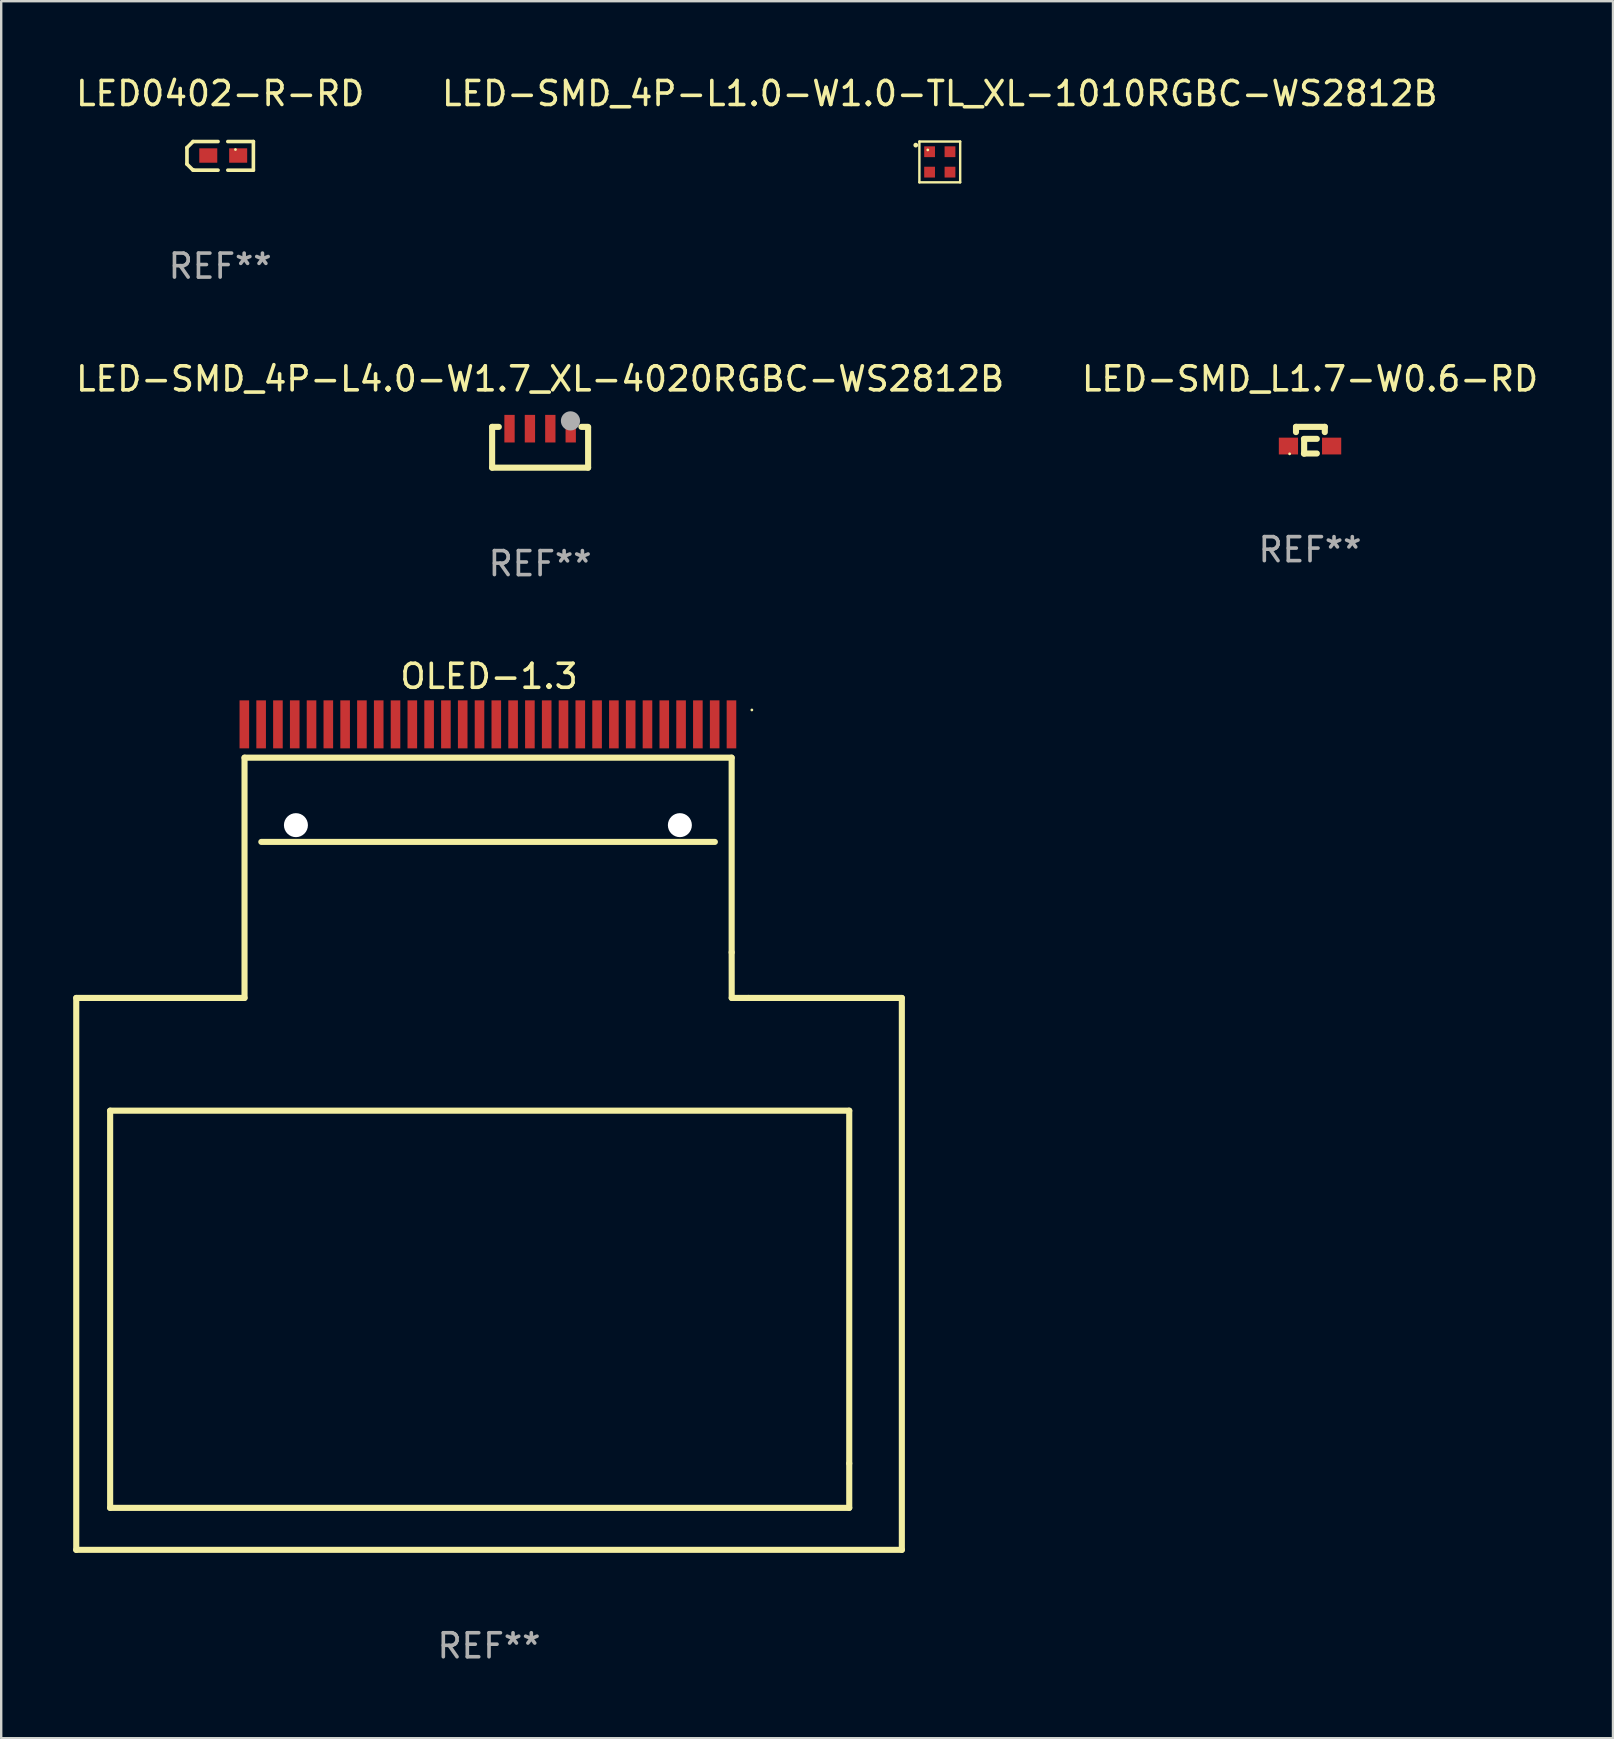
<source format=kicad_pcb>
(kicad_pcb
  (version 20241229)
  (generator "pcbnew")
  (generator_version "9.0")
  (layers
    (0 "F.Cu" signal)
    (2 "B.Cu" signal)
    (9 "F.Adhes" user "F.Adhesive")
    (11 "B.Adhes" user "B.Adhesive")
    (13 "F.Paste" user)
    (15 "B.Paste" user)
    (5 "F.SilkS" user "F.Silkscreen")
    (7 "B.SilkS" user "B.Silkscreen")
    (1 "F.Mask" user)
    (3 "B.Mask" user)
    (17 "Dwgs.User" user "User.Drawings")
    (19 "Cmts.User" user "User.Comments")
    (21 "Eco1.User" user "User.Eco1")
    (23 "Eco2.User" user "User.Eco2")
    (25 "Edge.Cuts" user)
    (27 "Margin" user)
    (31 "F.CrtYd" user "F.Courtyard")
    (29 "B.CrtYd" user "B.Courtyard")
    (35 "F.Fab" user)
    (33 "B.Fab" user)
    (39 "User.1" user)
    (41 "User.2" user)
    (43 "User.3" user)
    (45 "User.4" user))
  (footprint "LED-SMD_L1.7-W0.6-RD"
    (layer "F.Cu")
    (at 51.542 15.538)
    (property "Reference" "LED-SMD_L1.7-W0.6-RD" (at 0 -2.8 0) (layer "F.SilkS") (effects (font (size 1 1) (thickness 0.15))))
    (attr smd)
    (fp_line (start -0.585 -0.8) (end -0.585 -0.581) (stroke (width 0.254) (type solid)) (layer "F.SilkS"))
    (fp_line (start -0.585 -0.8) (end 0.615 -0.8) (stroke (width 0.254) (type solid)) (layer "F.SilkS"))
    (fp_line (start -0.254 0.31) (end 0.284 0.31) (stroke (width 0.254) (type solid)) (layer "F.SilkS"))
    (fp_line (start -0.245 0.32) (end -0.245 -0.279) (stroke (width 0.254) (type solid)) (layer "F.SilkS"))
    (fp_line (start 0.284 -0.3) (end -0.254 -0.3) (stroke (width 0.254) (type solid)) (layer "F.SilkS"))
    (fp_line (start 0.615 -0.8) (end 0.615 -0.581) (stroke (width 0.254) (type solid)) (layer "F.SilkS"))
    (fp_circle (center -0.85 0.325) (end -0.82 0.325) (stroke (width 0.06) (type solid)) (fill no) (layer "F.SilkS"))
    (fp_text user "REF**" (at 0 4.32 0) (layer "F.Fab") (effects (font (size 1 1) (thickness 0.15))))
    (pad "1" smd rect (at -0.9 0) (size 0.8 0.7) (layers "F.Cu" "F.Mask" "F.Paste"))
    (pad "2" smd rect (at 0.9 0) (size 0.8 0.7) (layers "F.Cu" "F.Mask" "F.Paste")))
  (footprint "OLED-1.3"
    (layer "F.Cu")
    (at 17.282 27.136)
    (property "Reference" "OLED-1.3" (at 0.047 -2.001 0) (layer "F.SilkS") (effects (font (size 1 1) (thickness 0.15))))
    (attr smd)
    (fp_line (start -17.155 11.4) (end -10.142 11.4) (stroke (width 0.254) (type solid)) (layer "F.SilkS"))
    (fp_line (start -17.155 34.4) (end -17.155 11.4) (stroke (width 0.254) (type solid)) (layer "F.SilkS"))
    (fp_line (start -15.742 16.098) (end 15.058 16.098) (stroke (width 0.254) (type solid)) (layer "F.SilkS"))
    (fp_line (start -15.742 32.65) (end -15.742 16.098) (stroke (width 0.254) (type solid)) (layer "F.SilkS"))
    (fp_line (start -10.142 1.388) (end 10.158 1.388) (stroke (width 0.254) (type solid)) (layer "F.SilkS"))
    (fp_line (start -10.142 11.4) (end -10.142 1.388) (stroke (width 0.254) (type solid)) (layer "F.SilkS"))
    (fp_line (start 9.458 4.898) (end -9.442 4.898) (stroke (width 0.254) (type solid)) (layer "F.SilkS"))
    (fp_line (start 10.158 1.388) (end 10.158 9.502) (stroke (width 0.254) (type solid)) (layer "F.SilkS"))
    (fp_line (start 10.16 11.4) (end 10.858 11.4) (stroke (width 0.254) (type solid)) (layer "F.SilkS"))
    (fp_line (start 10.16 11.4) (end 10.158 9.502) (stroke (width 0.254) (type solid)) (layer "F.SilkS"))
    (fp_line (start 10.858 11.4) (end 17.25 11.4) (stroke (width 0.254) (type solid)) (layer "F.SilkS"))
    (fp_line (start 15.058 16.098) (end 15.058 30.798) (stroke (width 0.254) (type solid)) (layer "F.SilkS"))
    (fp_line (start 15.058 30.798) (end 15.058 32.65) (stroke (width 0.254) (type solid)) (layer "F.SilkS"))
    (fp_line (start 15.058 32.65) (end -15.742 32.65) (stroke (width 0.254) (type solid)) (layer "F.SilkS"))
    (fp_line (start 17.25 11.4) (end 17.25 34.4) (stroke (width 0.254) (type solid)) (layer "F.SilkS"))
    (fp_line (start 17.25 34.4) (end -17.155 34.4) (stroke (width 0.254) (type solid)) (layer "F.SilkS"))
    (fp_circle (center 11 -0.6) (end 11.03 -0.6) (stroke (width 0.06) (type solid)) (fill no) (layer "F.SilkS"))
    (fp_circle (center -8 4.2) (end -7.8 4.2) (stroke (width 0.4) (type solid)) (fill no) (layer "F.Fab"))
    (fp_circle (center 8 4.2) (end 8.2 4.2) (stroke (width 0.4) (type solid)) (fill no) (layer "F.Fab"))
    (fp_text user "REF**" (at 0.047 38.4 0) (layer "F.Fab") (effects (font (size 1 1) (thickness 0.15))))
    (pad "" np_thru_hole circle (at -8 4.2) (size 1 1) (drill 1) (layers "*.Cu" "*.Mask"))
    (pad "" np_thru_hole circle (at 8 4.2) (size 1 1) (drill 1) (layers "*.Cu" "*.Mask"))
    (pad "1" smd rect (at 10.15 0 180) (size 0.4 2) (layers "F.Cu" "F.Mask" "F.Paste"))
    (pad "2" smd rect (at 9.45 -0.001 180) (size 0.4 2) (layers "F.Cu" "F.Mask" "F.Paste"))
    (pad "3" smd rect (at 8.75 0 180) (size 0.4 2) (layers "F.Cu" "F.Mask" "F.Paste"))
    (pad "4" smd rect (at 8.05 0 180) (size 0.4 2) (layers "F.Cu" "F.Mask" "F.Paste"))
    (pad "5" smd rect (at 7.35 0 180) (size 0.4 2) (layers "F.Cu" "F.Mask" "F.Paste"))
    (pad "6" smd rect (at 6.65 0 180) (size 0.4 2) (layers "F.Cu" "F.Mask" "F.Paste"))
    (pad "7" smd rect (at 5.95 0 180) (size 0.4 2) (layers "F.Cu" "F.Mask" "F.Paste"))
    (pad "8" smd rect (at 5.25 0 180) (size 0.4 2) (layers "F.Cu" "F.Mask" "F.Paste"))
    (pad "9" smd rect (at 4.55 0 180) (size 0.4 2) (layers "F.Cu" "F.Mask" "F.Paste"))
    (pad "10" smd rect (at 3.85 0 180) (size 0.4 2) (layers "F.Cu" "F.Mask" "F.Paste"))
    (pad "11" smd rect (at 3.15 0 180) (size 0.4 2) (layers "F.Cu" "F.Mask" "F.Paste"))
    (pad "12" smd rect (at 2.45 0 180) (size 0.4 2) (layers "F.Cu" "F.Mask" "F.Paste"))
    (pad "13" smd rect (at 1.75 0 180) (size 0.4 2) (layers "F.Cu" "F.Mask" "F.Paste"))
    (pad "14" smd rect (at 1.05 0 180) (size 0.4 2) (layers "F.Cu" "F.Mask" "F.Paste"))
    (pad "15" smd rect (at 0.35 0 180) (size 0.4 2) (layers "F.Cu" "F.Mask" "F.Paste"))
    (pad "16" smd rect (at -0.35 0 180) (size 0.4 2) (layers "F.Cu" "F.Mask" "F.Paste"))
    (pad "17" smd rect (at -1.05 0 180) (size 0.4 2) (layers "F.Cu" "F.Mask" "F.Paste"))
    (pad "18" smd rect (at -1.75 0 180) (size 0.4 2) (layers "F.Cu" "F.Mask" "F.Paste"))
    (pad "19" smd rect (at -2.45 -0.001 180) (size 0.4 2) (layers "F.Cu" "F.Mask" "F.Paste"))
    (pad "20" smd rect (at -3.15 0 180) (size 0.4 2) (layers "F.Cu" "F.Mask" "F.Paste"))
    (pad "21" smd rect (at -3.85 0.001 180) (size 0.4 2) (layers "F.Cu" "F.Mask" "F.Paste"))
    (pad "22" smd rect (at -4.55 0 180) (size 0.4 2) (layers "F.Cu" "F.Mask" "F.Paste"))
    (pad "23" smd rect (at -5.25 0 180) (size 0.4 2) (layers "F.Cu" "F.Mask" "F.Paste"))
    (pad "24" smd rect (at -5.95 0 180) (size 0.4 2) (layers "F.Cu" "F.Mask" "F.Paste"))
    (pad "25" smd rect (at -6.65 -0.001 180) (size 0.4 2) (layers "F.Cu" "F.Mask" "F.Paste"))
    (pad "26" smd rect (at -7.35 0 180) (size 0.4 2) (layers "F.Cu" "F.Mask" "F.Paste"))
    (pad "27" smd rect (at -8.05 -0.001 180) (size 0.4 2) (layers "F.Cu" "F.Mask" "F.Paste"))
    (pad "28" smd rect (at -8.75 0 180) (size 0.4 2) (layers "F.Cu" "F.Mask" "F.Paste"))
    (pad "29" smd rect (at -9.45 0 180) (size 0.4 2) (layers "F.Cu" "F.Mask" "F.Paste"))
    (pad "30" smd rect (at -10.15 0 180) (size 0.4 2) (layers "F.Cu" "F.Mask" "F.Paste")))
  (footprint "LED-SMD_4P-L1.0-W1.0-TL_XL-1010RGBC-WS2812B"
    (layer "F.Cu")
    (at 36.113 3.698)
    (property "Reference" "LED-SMD_4P-L1.0-W1.0-TL_XL-1010RGBC-WS2812B" (at 0.000038 -2.85 0) (layer "F.SilkS") (effects (font (size 1 1) (thickness 0.15))))
    (attr smd)
    (fp_line (start -0.85 -0.85) (end -0.85 0.85) (stroke (width 0.1) (type solid)) (layer "F.SilkS"))
    (fp_line (start -0.85 0.85) (end 0.85 0.85) (stroke (width 0.1) (type solid)) (layer "F.SilkS"))
    (fp_line (start 0.85 -0.85) (end -0.85 -0.85) (stroke (width 0.1) (type solid)) (layer "F.SilkS"))
    (fp_line (start 0.85 0.85) (end 0.85 -0.85) (stroke (width 0.1) (type solid)) (layer "F.SilkS"))
    (fp_circle (center -1 -0.7) (end -0.95 -0.7) (stroke (width 0.1) (type solid)) (fill no) (layer "F.SilkS"))
    (fp_circle (center -0.5 -0.5) (end -0.47 -0.5) (stroke (width 0.06) (type solid)) (fill no) (layer "F.SilkS"))
    (pad "1" smd rect (at -0.425 -0.425) (size 0.45 0.45) (layers "F.Cu" "F.Mask" "F.Paste"))
    (pad "2" smd rect (at 0.425 -0.425) (size 0.45 0.45) (layers "F.Cu" "F.Mask" "F.Paste"))
    (pad "3" smd rect (at -0.425 0.425) (size 0.45 0.45) (layers "F.Cu" "F.Mask" "F.Paste"))
    (pad "4" smd rect (at 0.425 0.425) (size 0.45 0.45) (layers "F.Cu" "F.Mask" "F.Paste")))
  (footprint "LED0402-R-RD"
    (layer "F.Cu")
    (at 6.252 3.431)
    (property "Reference" "LED0402-R-RD" (at -0.127 -2.583 0) (layer "F.SilkS") (effects (font (size 1 1) (thickness 0.15))))
    (attr smd)
    (fp_line (start -1.511 -0.329) (end -1.257 -0.583) (stroke (width 0.152) (type solid)) (layer "F.SilkS"))
    (fp_line (start -1.511 0.357) (end -1.511 -0.329) (stroke (width 0.152) (type solid)) (layer "F.SilkS"))
    (fp_line (start -1.27 0.598) (end -1.511 0.357) (stroke (width 0.152) (type solid)) (layer "F.SilkS"))
    (fp_line (start -1.257 -0.583) (end -0.216 -0.583) (stroke (width 0.152) (type solid)) (layer "F.SilkS"))
    (fp_line (start -1.232 0.611) (end -1.27 0.598) (stroke (width 0.152) (type solid)) (layer "F.SilkS"))
    (fp_line (start -1.232 0.611) (end -0.216 0.611) (stroke (width 0.152) (type solid)) (layer "F.SilkS"))
    (fp_line (start 0.191 0.611) (end 1.257 0.611) (stroke (width 0.15) (type solid)) (layer "F.SilkS"))
    (fp_line (start 1.257 -0.583) (end 0.191 -0.583) (stroke (width 0.15) (type solid)) (layer "F.SilkS"))
    (fp_line (start 1.257 0.611) (end 1.257 -0.583) (stroke (width 0.15) (type solid)) (layer "F.SilkS"))
    (fp_circle (center 0.51 -0.25) (end 0.54 -0.25) (stroke (width 0.06) (type solid)) (fill no) (layer "F.SilkS"))
    (fp_text user "REF**" (at -0.127 4.611 0) (layer "F.Fab") (effects (font (size 1 1) (thickness 0.15))))
    (pad "1" smd rect (at 0.623 0) (size 0.75 0.6) (layers "F.Cu" "F.Mask" "F.Paste"))
    (pad "2" smd rect (at -0.623 0) (size 0.75 0.6) (layers "F.Cu" "F.Mask" "F.Paste")))
  (footprint "LED-SMD_4P-L4.0-W1.7_XL-4020RGBC-WS2812B"
    (layer "F.Cu")
    (at 19.458 14.814)
    (property "Reference" "LED-SMD_4P-L4.0-W1.7_XL-4020RGBC-WS2812B" (at 0.000089 -2.075 0) (layer "F.SilkS") (effects (font (size 1 1) (thickness 0.15))))
    (attr smd)
    (fp_line (start -2 -0.075) (end -2 1.625) (stroke (width 0.254) (type solid)) (layer "F.SilkS"))
    (fp_line (start -2 1.625) (end 2 1.625) (stroke (width 0.254) (type solid)) (layer "F.SilkS"))
    (fp_line (start -1.721 -0.075) (end -2 -0.075) (stroke (width 0.254) (type solid)) (layer "F.SilkS"))
    (fp_line (start 2 1.625) (end 2 -0.046) (stroke (width 0.254) (type solid)) (layer "F.SilkS"))
    (fp_line (start 2 -0.075) (end 1.721 -0.075) (stroke (width 0.254) (type solid)) (layer "F.SilkS"))
    (fp_circle (center 2 1.625) (end 2.03 1.625) (stroke (width 0.06) (type solid)) (fill no) (layer "F.SilkS"))
    (fp_circle (center 1.265 -0.325) (end 1.465 -0.325) (stroke (width 0.4) (type solid)) (fill no) (layer "F.Fab"))
    (fp_text user "REF**" (at 0.000089 5.625 0) (layer "F.Fab") (effects (font (size 1 1) (thickness 0.15))))
    (pad "1" smd rect (at 1.275 0) (size 0.43 1.15) (layers "F.Cu" "F.Mask" "F.Paste"))
    (pad "2" smd rect (at 0.425 0) (size 0.43 1.15) (layers "F.Cu" "F.Mask" "F.Paste"))
    (pad "3" smd rect (at -0.425 0) (size 0.43 1.15) (layers "F.Cu" "F.Mask" "F.Paste"))
    (pad "4" smd rect (at -1.275 0) (size 0.43 1.15) (layers "F.Cu" "F.Mask" "F.Paste")))
  (gr_rect
    (start -3 -3)
    (end 64.167 69.384)
    (stroke (width 0.1) (type default))
    (fill no)
    (layer "Edge.Cuts")))
</source>
